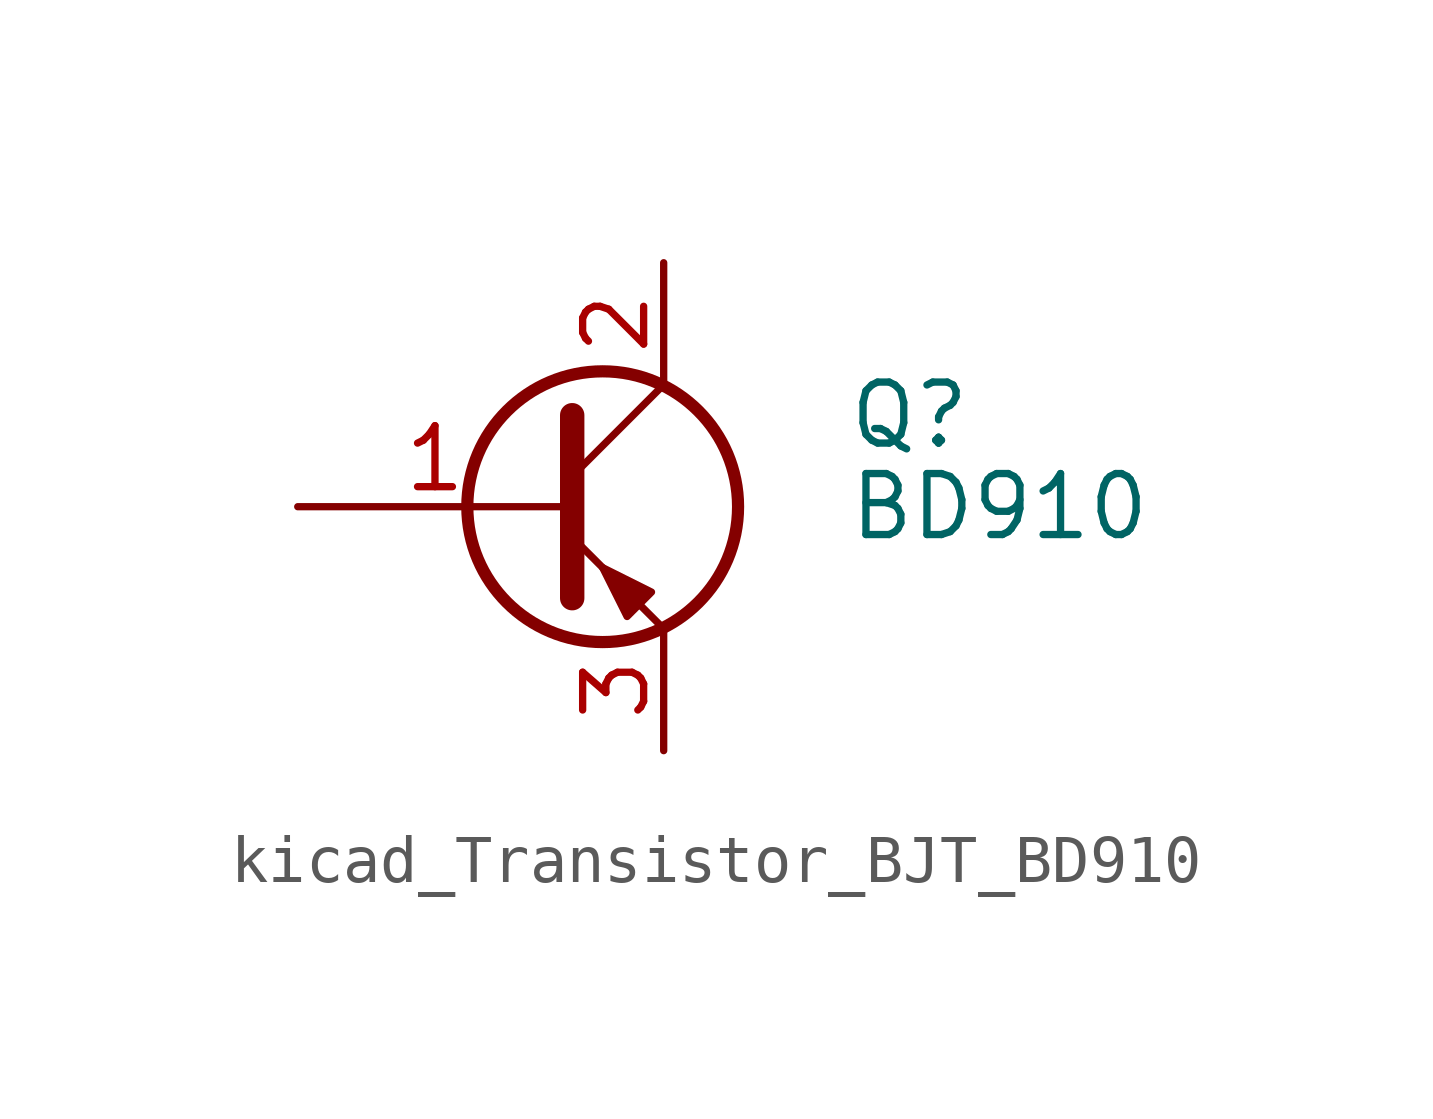
<source format=kicad_sym>
(kicad_symbol_lib
  (version 20220914)
  (generator kicad_symbol_editor)
  (symbol "kicad_Transistor_BJT_BD910"
    (pin_names
      (offset 0) hide)
    (property "Reference" "Q"
      (at 6.35 1.905 0)
      (effects (font (size 1.27 1.27)) (justify left)))
    (property "Value" "BD910"
      (at 6.35 0 0)
      (effects (font (size 1.27 1.27)) (justify left)))
    (symbol "kicad_Transistor_BJT_BD910_0_1"
      (polyline (pts (xy 0.635 0.635) (xy 2.54 2.54)) (stroke (width 0) (type default)) (fill (type none)))
      (polyline (pts (xy 0.635 -0.635) (xy 2.54 -2.54) (xy 2.54 -2.54)) (stroke (width 0) (type default)) (fill (type none)))
      (polyline (pts (xy 0.635 1.905) (xy 0.635 -1.905) (xy 0.635 -1.905)) (stroke (width 0.508) (type default)) (fill (type none)))
      (polyline (pts (xy 2.286 -1.778) (xy 1.778 -2.286) (xy 1.27 -1.27) (xy 2.286 -1.778) (xy 2.286 -1.778)) (stroke (width 0) (type default)) (fill (type outline)))
      (circle (center 1.27 0) (radius 2.819) (stroke (width 0.254) (type default)) (fill (type none))))
    (symbol "kicad_Transistor_BJT_BD910_1_1"
      (pin input line (at -5.08 0 0) (length 5.715) (name "B" (effects (font (size 1.27 1.27)))) (number "1" (effects (font (size 1.27 1.27)))))
      (pin passive line (at 2.54 5.08 270) (length 2.54) (name "C" (effects (font (size 1.27 1.27)))) (number "2" (effects (font (size 1.27 1.27)))))
      (pin passive line (at 2.54 -5.08 90) (length 2.54) (name "E" (effects (font (size 1.27 1.27)))) (number "3" (effects (font (size 1.27 1.27))))))))
</source>
